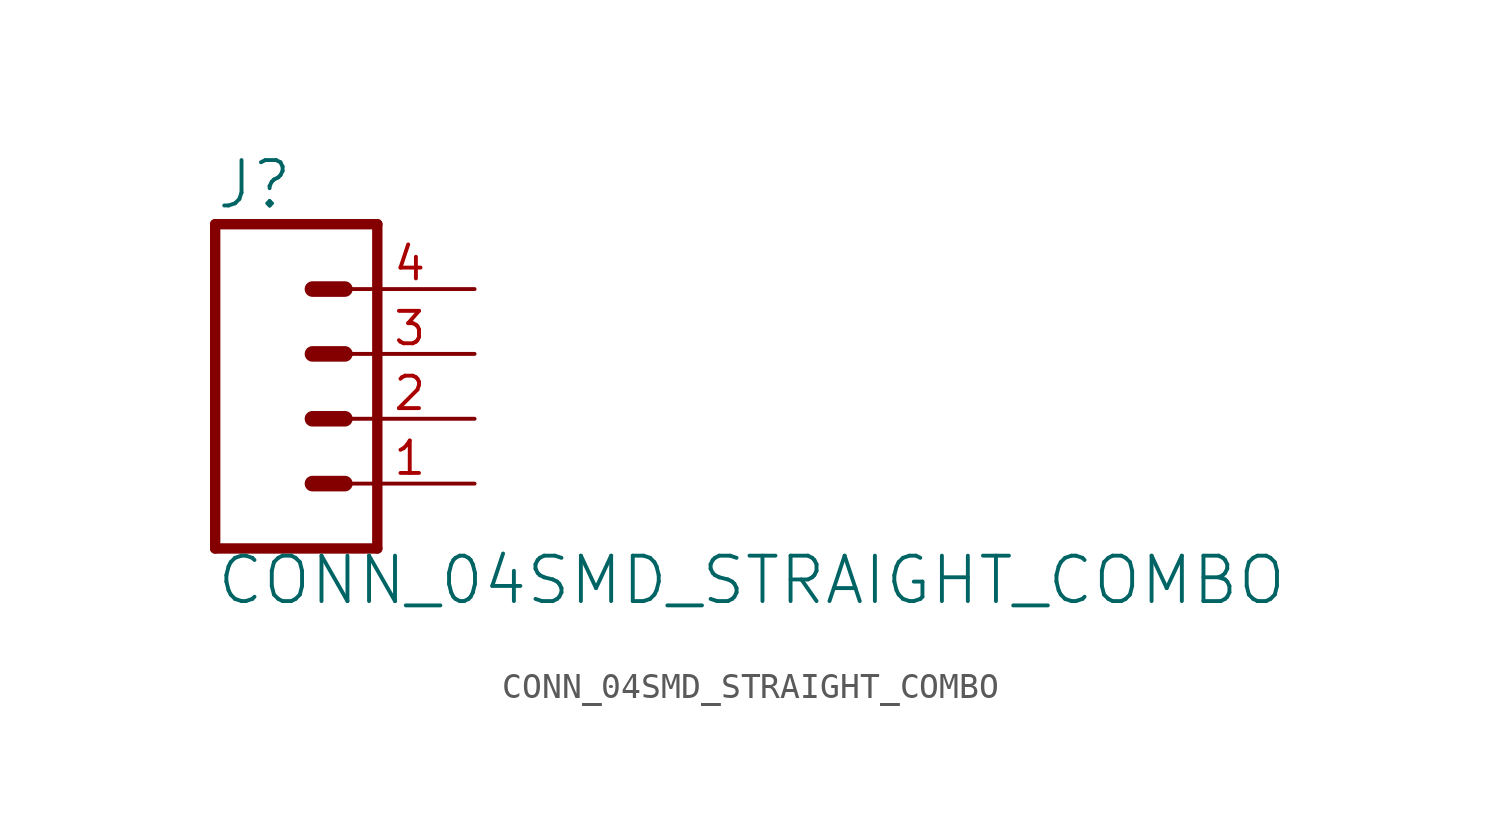
<source format=kicad_sym>
(kicad_symbol_lib
  (version 20211014)
  (generator kicad_symbol_editor)
  (symbol "CONN_04SMD_STRAIGHT_COMBO"
    (property "Reference" "J"
      (at -5.08 8.128 0)
      (effects (font (size 1.778 1.778)) (justify left bottom)))
    (property "Value" "CONN_04SMD_STRAIGHT_COMBO"
      (at -5.08 -7.366 0)
      (effects (font (size 1.778 1.778)) (justify left bottom)))
    (property "ki_locked" ""
      (at 0 0 0)
      (effects (font (size 1.27 1.27))))
    (symbol "CONN_04SMD_STRAIGHT_COMBO_1_0"
      (polyline (pts (xy -5.08 7.62) (xy -5.08 -5.08)) (stroke (width 0.406) (type default) (color 0 0 0 0)) (fill (type none)))
      (polyline (pts (xy -5.08 7.62) (xy 1.27 7.62)) (stroke (width 0.406) (type default) (color 0 0 0 0)) (fill (type none)))
      (polyline (pts (xy -1.27 -2.54) (xy 0 -2.54)) (stroke (width 0.61) (type default) (color 0 0 0 0)) (fill (type none)))
      (polyline (pts (xy -1.27 0) (xy 0 0)) (stroke (width 0.61) (type default) (color 0 0 0 0)) (fill (type none)))
      (polyline (pts (xy -1.27 2.54) (xy 0 2.54)) (stroke (width 0.61) (type default) (color 0 0 0 0)) (fill (type none)))
      (polyline (pts (xy -1.27 5.08) (xy 0 5.08)) (stroke (width 0.61) (type default) (color 0 0 0 0)) (fill (type none)))
      (polyline (pts (xy 1.27 -5.08) (xy -5.08 -5.08)) (stroke (width 0.406) (type default) (color 0 0 0 0)) (fill (type none)))
      (polyline (pts (xy 1.27 -5.08) (xy 1.27 7.62)) (stroke (width 0.406) (type default) (color 0 0 0 0)) (fill (type none)))
      (pin passive line (at 5.08 -2.54 180) (length 5.08) (name "1" (effects (font (size 0 0)))) (number "1" (effects (font (size 1.27 1.27)))))
      (pin passive line (at 5.08 0 180) (length 5.08) (name "2" (effects (font (size 0 0)))) (number "2" (effects (font (size 1.27 1.27)))))
      (pin passive line (at 5.08 2.54 180) (length 5.08) (name "3" (effects (font (size 0 0)))) (number "3" (effects (font (size 1.27 1.27)))))
      (pin passive line (at 5.08 5.08 180) (length 5.08) (name "4" (effects (font (size 0 0)))) (number "4" (effects (font (size 1.27 1.27))))))))
</source>
